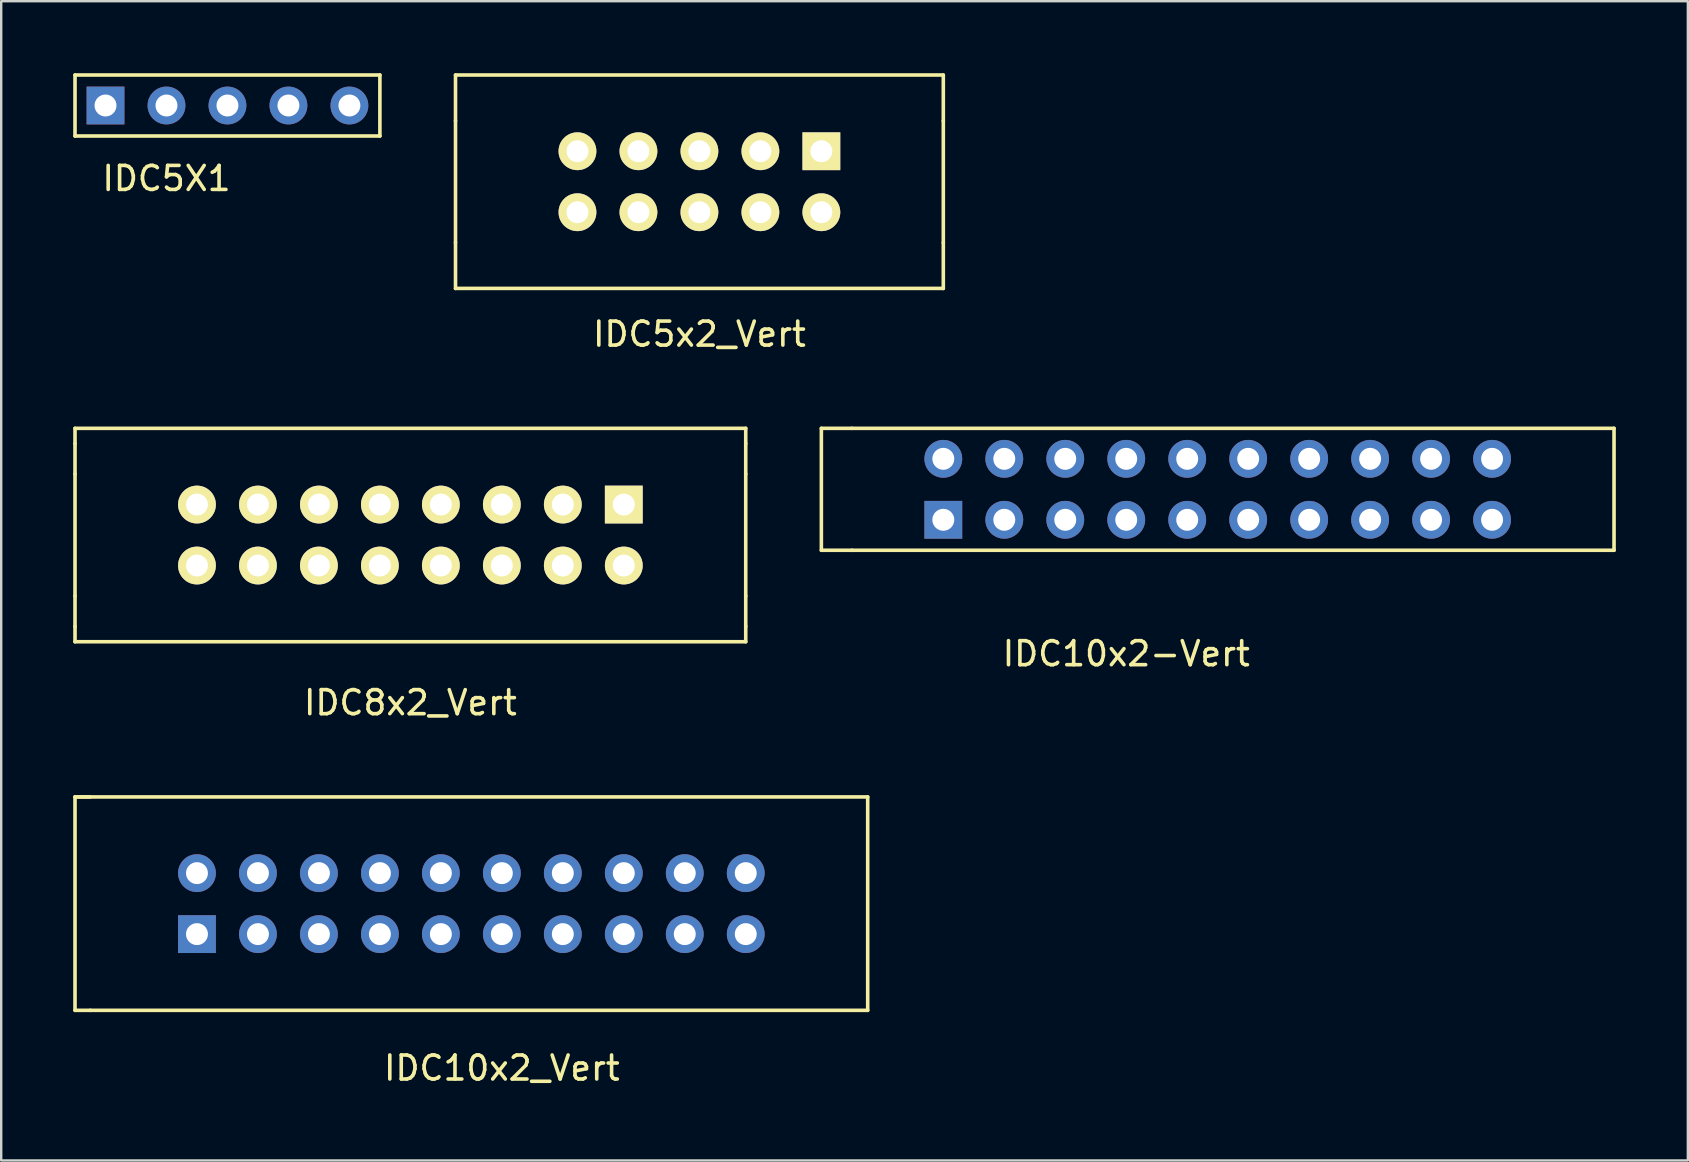
<source format=kicad_pcb>
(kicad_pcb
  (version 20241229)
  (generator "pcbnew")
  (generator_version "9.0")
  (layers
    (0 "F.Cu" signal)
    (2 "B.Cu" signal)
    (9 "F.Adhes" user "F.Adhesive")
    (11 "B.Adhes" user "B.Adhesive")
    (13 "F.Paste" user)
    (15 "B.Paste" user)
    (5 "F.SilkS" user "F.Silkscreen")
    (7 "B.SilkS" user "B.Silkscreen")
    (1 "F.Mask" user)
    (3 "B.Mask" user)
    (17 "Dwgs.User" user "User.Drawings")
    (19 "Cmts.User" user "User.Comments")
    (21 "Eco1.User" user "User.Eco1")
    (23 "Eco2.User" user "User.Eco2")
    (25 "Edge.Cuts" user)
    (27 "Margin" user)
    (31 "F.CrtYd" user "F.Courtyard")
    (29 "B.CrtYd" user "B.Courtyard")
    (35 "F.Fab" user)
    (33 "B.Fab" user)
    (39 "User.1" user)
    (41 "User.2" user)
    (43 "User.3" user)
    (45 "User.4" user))
  (footprint "IDC5x2_Vert"
    (layer "F.Cu")
    (at 26.085 4.52)
    (property "Reference" "IDC5x2_Vert" (at 0 6.35 0) (layer "F.SilkS") (effects (font (size 1 1) (thickness 0.15))))
    (attr through_hole)
    (fp_line (start -10.16 -4.445) (end 10.16 -4.445) (stroke (width 0.15) (type solid)) (layer "F.SilkS"))
    (fp_line (start -10.16 -2.54) (end -10.16 -4.445) (stroke (width 0.15) (type solid)) (layer "F.SilkS"))
    (fp_line (start -10.16 2.54) (end -10.16 -2.54) (stroke (width 0.15) (type solid)) (layer "F.SilkS"))
    (fp_line (start -10.16 2.54) (end -10.16 4.445) (stroke (width 0.15) (type solid)) (layer "F.SilkS"))
    (fp_line (start -10.16 4.445) (end 10.16 4.445) (stroke (width 0.15) (type solid)) (layer "F.SilkS"))
    (fp_line (start 10.16 -4.445) (end 10.16 -2.54) (stroke (width 0.15) (type solid)) (layer "F.SilkS"))
    (fp_line (start 10.16 -2.54) (end 10.16 2.54) (stroke (width 0.15) (type solid)) (layer "F.SilkS"))
    (fp_line (start 10.16 4.445) (end 10.16 2.54) (stroke (width 0.15) (type solid)) (layer "F.SilkS"))
    (pad "1" thru_hole rect (at 5.08 -1.27) (size 1.575 1.575) (drill 0.914) (layers "*.Cu" "*.Mask" "F.SilkS"))
    (pad "2" thru_hole circle (at 5.08 1.27) (size 1.575 1.575) (drill 0.914) (layers "*.Cu" "*.Mask" "F.SilkS"))
    (pad "3" thru_hole circle (at 2.54 -1.27) (size 1.575 1.575) (drill 0.914) (layers "*.Cu" "*.Mask" "F.SilkS"))
    (pad "4" thru_hole circle (at 2.54 1.27) (size 1.575 1.575) (drill 0.914) (layers "*.Cu" "*.Mask" "F.SilkS"))
    (pad "5" thru_hole circle (at 0 -1.27) (size 1.575 1.575) (drill 0.914) (layers "*.Cu" "*.Mask" "F.SilkS"))
    (pad "6" thru_hole circle (at 0 1.27) (size 1.575 1.575) (drill 0.914) (layers "*.Cu" "*.Mask" "F.SilkS"))
    (pad "7" thru_hole circle (at -2.54 -1.27) (size 1.575 1.575) (drill 0.914) (layers "*.Cu" "*.Mask" "F.SilkS"))
    (pad "8" thru_hole circle (at -2.54 1.27) (size 1.575 1.575) (drill 0.914) (layers "*.Cu" "*.Mask" "F.SilkS"))
    (pad "9" thru_hole circle (at -5.08 -1.27) (size 1.575 1.575) (drill 0.914) (layers "*.Cu" "*.Mask" "F.SilkS"))
    (pad "10" thru_hole circle (at -5.08 1.27) (size 1.575 1.575) (drill 0.914) (layers "*.Cu" "*.Mask" "F.SilkS")))
  (footprint "IDC10x2-Vert"
    (layer "F.Cu")
    (at 43.865 23.683)
    (property "Reference" "IDC10x2-Vert" (at 0 0.5 0) (layer "F.SilkS") (effects (font (size 1 1) (thickness 0.15))))
    (attr through_hole)
    (fp_line (start -12.7 -3.81) (end -12.7 -8.89) (stroke (width 0.15) (type solid)) (layer "F.SilkS"))
    (fp_line (start -11.43 -8.89) (end -12.7 -8.89) (stroke (width 0.15) (type solid)) (layer "F.SilkS"))
    (fp_line (start -11.43 -8.89) (end 20.32 -8.89) (stroke (width 0.15) (type solid)) (layer "F.SilkS"))
    (fp_line (start -11.43 -3.81) (end -12.7 -3.81) (stroke (width 0.15) (type solid)) (layer "F.SilkS"))
    (fp_line (start 20.32 -8.89) (end 20.32 -3.81) (stroke (width 0.15) (type solid)) (layer "F.SilkS"))
    (fp_line (start 20.32 -3.81) (end -11.43 -3.81) (stroke (width 0.15) (type solid)) (layer "F.SilkS"))
    (pad "1" thru_hole rect (at -7.62 -5.08) (size 1.575 1.575) (drill 0.914) (layers "*.Cu" "*.Mask"))
    (pad "2" thru_hole circle (at -7.62 -7.62) (size 1.575 1.575) (drill 0.914) (layers "*.Cu" "*.Mask"))
    (pad "3" thru_hole circle (at -5.08 -5.08) (size 1.575 1.575) (drill 0.914) (layers "*.Cu" "*.Mask"))
    (pad "4" thru_hole circle (at -5.08 -7.62) (size 1.575 1.575) (drill 0.914) (layers "*.Cu" "*.Mask"))
    (pad "5" thru_hole circle (at -2.54 -5.08) (size 1.575 1.575) (drill 0.914) (layers "*.Cu" "*.Mask"))
    (pad "6" thru_hole circle (at -2.54 -7.62) (size 1.575 1.575) (drill 0.914) (layers "*.Cu" "*.Mask"))
    (pad "7" thru_hole circle (at 0 -5.08) (size 1.575 1.575) (drill 0.914) (layers "*.Cu" "*.Mask"))
    (pad "8" thru_hole circle (at 0 -7.62) (size 1.575 1.575) (drill 0.914) (layers "*.Cu" "*.Mask"))
    (pad "9" thru_hole circle (at 2.54 -5.08) (size 1.575 1.575) (drill 0.914) (layers "*.Cu" "*.Mask"))
    (pad "10" thru_hole circle (at 2.54 -7.62) (size 1.575 1.575) (drill 0.914) (layers "*.Cu" "*.Mask"))
    (pad "11" thru_hole circle (at 5.08 -5.08) (size 1.575 1.575) (drill 0.914) (layers "*.Cu" "*.Mask"))
    (pad "12" thru_hole circle (at 5.08 -7.62) (size 1.575 1.575) (drill 0.914) (layers "*.Cu" "*.Mask"))
    (pad "13" thru_hole circle (at 7.62 -5.08) (size 1.575 1.575) (drill 0.914) (layers "*.Cu" "*.Mask"))
    (pad "14" thru_hole circle (at 7.62 -7.62) (size 1.575 1.575) (drill 0.914) (layers "*.Cu" "*.Mask"))
    (pad "15" thru_hole circle (at 10.16 -5.08) (size 1.575 1.575) (drill 0.914) (layers "*.Cu" "*.Mask"))
    (pad "16" thru_hole circle (at 10.16 -7.62) (size 1.575 1.575) (drill 0.914) (layers "*.Cu" "*.Mask"))
    (pad "17" thru_hole circle (at 12.7 -5.08) (size 1.575 1.575) (drill 0.914) (layers "*.Cu" "*.Mask"))
    (pad "18" thru_hole circle (at 12.7 -7.62) (size 1.575 1.575) (drill 0.914) (layers "*.Cu" "*.Mask"))
    (pad "19" thru_hole circle (at 15.24 -5.08) (size 1.575 1.575) (drill 0.914) (layers "*.Cu" "*.Mask"))
    (pad "20" thru_hole circle (at 15.24 -7.62) (size 1.575 1.575) (drill 0.914) (layers "*.Cu" "*.Mask")))
  (footprint "IDC10x2_Vert"
    (layer "F.Cu")
    (at 16.585 34.592)
    (property "Reference" "IDC10x2_Vert" (at 1.27 6.85 0) (layer "F.SilkS") (effects (font (size 1 1) (thickness 0.15))))
    (attr through_hole)
    (fp_line (start -16.51 -4.445) (end -15.875 -4.445) (stroke (width 0.15) (type solid)) (layer "F.SilkS"))
    (fp_line (start -16.51 -4.445) (end 16.51 -4.445) (stroke (width 0.15) (type solid)) (layer "F.SilkS"))
    (fp_line (start -16.51 4.445) (end -16.51 -4.445) (stroke (width 0.15) (type solid)) (layer "F.SilkS"))
    (fp_line (start -15.875 4.445) (end -16.51 4.445) (stroke (width 0.15) (type solid)) (layer "F.SilkS"))
    (fp_line (start 16.51 -4.445) (end 16.51 4.445) (stroke (width 0.15) (type solid)) (layer "F.SilkS"))
    (fp_line (start 16.51 4.445) (end -15.875 4.445) (stroke (width 0.15) (type solid)) (layer "F.SilkS"))
    (pad "1" thru_hole rect (at -11.43 1.27) (size 1.575 1.575) (drill 0.914) (layers "*.Cu" "*.Mask"))
    (pad "2" thru_hole circle (at -11.43 -1.27) (size 1.575 1.575) (drill 0.914) (layers "*.Cu" "*.Mask"))
    (pad "3" thru_hole circle (at -8.89 1.27) (size 1.575 1.575) (drill 0.914) (layers "*.Cu" "*.Mask"))
    (pad "4" thru_hole circle (at -8.89 -1.27) (size 1.575 1.575) (drill 0.914) (layers "*.Cu" "*.Mask"))
    (pad "5" thru_hole circle (at -6.35 1.27) (size 1.575 1.575) (drill 0.914) (layers "*.Cu" "*.Mask"))
    (pad "6" thru_hole circle (at -6.35 -1.27) (size 1.575 1.575) (drill 0.914) (layers "*.Cu" "*.Mask"))
    (pad "7" thru_hole circle (at -3.81 1.27) (size 1.575 1.575) (drill 0.914) (layers "*.Cu" "*.Mask"))
    (pad "8" thru_hole circle (at -3.81 -1.27) (size 1.575 1.575) (drill 0.914) (layers "*.Cu" "*.Mask"))
    (pad "9" thru_hole circle (at -1.27 1.27) (size 1.575 1.575) (drill 0.914) (layers "*.Cu" "*.Mask"))
    (pad "10" thru_hole circle (at -1.27 -1.27) (size 1.575 1.575) (drill 0.914) (layers "*.Cu" "*.Mask"))
    (pad "11" thru_hole circle (at 1.27 1.27) (size 1.575 1.575) (drill 0.914) (layers "*.Cu" "*.Mask"))
    (pad "12" thru_hole circle (at 1.27 -1.27) (size 1.575 1.575) (drill 0.914) (layers "*.Cu" "*.Mask"))
    (pad "13" thru_hole circle (at 3.81 1.27) (size 1.575 1.575) (drill 0.914) (layers "*.Cu" "*.Mask"))
    (pad "14" thru_hole circle (at 3.81 -1.27) (size 1.575 1.575) (drill 0.914) (layers "*.Cu" "*.Mask"))
    (pad "15" thru_hole circle (at 6.35 1.27) (size 1.575 1.575) (drill 0.914) (layers "*.Cu" "*.Mask"))
    (pad "16" thru_hole circle (at 6.35 -1.27) (size 1.575 1.575) (drill 0.914) (layers "*.Cu" "*.Mask"))
    (pad "17" thru_hole circle (at 8.89 1.27) (size 1.575 1.575) (drill 0.914) (layers "*.Cu" "*.Mask"))
    (pad "18" thru_hole circle (at 8.89 -1.27) (size 1.575 1.575) (drill 0.914) (layers "*.Cu" "*.Mask"))
    (pad "19" thru_hole circle (at 11.43 1.27) (size 1.575 1.575) (drill 0.914) (layers "*.Cu" "*.Mask"))
    (pad "20" thru_hole circle (at 11.43 -1.27) (size 1.575 1.575) (drill 0.914) (layers "*.Cu" "*.Mask")))
  (footprint "IDC8x2_Vert"
    (layer "F.Cu")
    (at 14.045 19.238)
    (property "Reference" "IDC8x2_Vert" (at 0 6.985 0) (layer "F.SilkS") (effects (font (size 1 1) (thickness 0.15))))
    (attr through_hole)
    (fp_line (start -13.97 -4.445) (end -13.97 -3.81) (stroke (width 0.15) (type solid)) (layer "F.SilkS"))
    (fp_line (start -13.97 -2.54) (end -13.97 -3.81) (stroke (width 0.15) (type solid)) (layer "F.SilkS"))
    (fp_line (start -13.97 2.54) (end -13.97 -2.54) (stroke (width 0.15) (type solid)) (layer "F.SilkS"))
    (fp_line (start -13.97 3.81) (end -13.97 2.54) (stroke (width 0.15) (type solid)) (layer "F.SilkS"))
    (fp_line (start -13.97 3.81) (end -13.97 4.445) (stroke (width 0.15) (type solid)) (layer "F.SilkS"))
    (fp_line (start -13.97 4.445) (end 13.97 4.445) (stroke (width 0.15) (type solid)) (layer "F.SilkS"))
    (fp_line (start 13.97 -4.445) (end -13.97 -4.445) (stroke (width 0.15) (type solid)) (layer "F.SilkS"))
    (fp_line (start 13.97 -3.81) (end 13.97 -4.445) (stroke (width 0.15) (type solid)) (layer "F.SilkS"))
    (fp_line (start 13.97 -3.81) (end 13.97 -2.54) (stroke (width 0.15) (type solid)) (layer "F.SilkS"))
    (fp_line (start 13.97 -2.54) (end 13.97 2.54) (stroke (width 0.15) (type solid)) (layer "F.SilkS"))
    (fp_line (start 13.97 2.54) (end 13.97 3.81) (stroke (width 0.15) (type solid)) (layer "F.SilkS"))
    (fp_line (start 13.97 4.445) (end 13.97 3.81) (stroke (width 0.15) (type solid)) (layer "F.SilkS"))
    (pad "1" thru_hole rect (at 8.89 -1.27) (size 1.575 1.575) (drill 0.914) (layers "*.Cu" "*.Mask" "F.SilkS"))
    (pad "2" thru_hole circle (at 8.89 1.27) (size 1.575 1.575) (drill 0.914) (layers "*.Cu" "*.Mask" "F.SilkS"))
    (pad "3" thru_hole circle (at 6.35 -1.27) (size 1.575 1.575) (drill 0.914) (layers "*.Cu" "*.Mask" "F.SilkS"))
    (pad "4" thru_hole circle (at 6.35 1.27) (size 1.575 1.575) (drill 0.914) (layers "*.Cu" "*.Mask" "F.SilkS"))
    (pad "5" thru_hole circle (at 3.81 -1.27) (size 1.575 1.575) (drill 0.914) (layers "*.Cu" "*.Mask" "F.SilkS"))
    (pad "6" thru_hole circle (at 3.81 1.27) (size 1.575 1.575) (drill 0.914) (layers "*.Cu" "*.Mask" "F.SilkS"))
    (pad "7" thru_hole circle (at 1.27 -1.27) (size 1.575 1.575) (drill 0.914) (layers "*.Cu" "*.Mask" "F.SilkS"))
    (pad "8" thru_hole circle (at 1.27 1.27) (size 1.575 1.575) (drill 0.914) (layers "*.Cu" "*.Mask" "F.SilkS"))
    (pad "9" thru_hole circle (at -1.27 -1.27) (size 1.575 1.575) (drill 0.914) (layers "*.Cu" "*.Mask" "F.SilkS"))
    (pad "10" thru_hole circle (at -1.27 1.27) (size 1.575 1.575) (drill 0.914) (layers "*.Cu" "*.Mask" "F.SilkS"))
    (pad "11" thru_hole circle (at -3.81 -1.27) (size 1.575 1.575) (drill 0.914) (layers "*.Cu" "*.Mask" "F.SilkS"))
    (pad "12" thru_hole circle (at -3.81 1.27) (size 1.575 1.575) (drill 0.914) (layers "*.Cu" "*.Mask" "F.SilkS"))
    (pad "13" thru_hole circle (at -6.35 -1.27) (size 1.575 1.575) (drill 0.914) (layers "*.Cu" "*.Mask" "F.SilkS"))
    (pad "14" thru_hole circle (at -6.35 1.27) (size 1.575 1.575) (drill 0.914) (layers "*.Cu" "*.Mask" "F.SilkS"))
    (pad "15" thru_hole circle (at -8.89 -1.27) (size 1.575 1.575) (drill 0.914) (layers "*.Cu" "*.Mask" "F.SilkS"))
    (pad "16" thru_hole circle (at -8.89 1.27) (size 1.575 1.575) (drill 0.914) (layers "*.Cu" "*.Mask" "F.SilkS")))
  (footprint "IDC5X1"
    (layer "F.Cu")
    (at 3.885 3.885)
    (property "Reference" "IDC5X1" (at 0 0.5 0) (layer "F.SilkS") (effects (font (size 1 1) (thickness 0.15))))
    (attr through_hole)
    (fp_line (start -3.81 -3.81) (end -3.81 -1.27) (stroke (width 0.15) (type solid)) (layer "F.SilkS"))
    (fp_line (start -3.81 -1.27) (end 8.89 -1.27) (stroke (width 0.15) (type solid)) (layer "F.SilkS"))
    (fp_line (start 8.89 -3.81) (end -3.81 -3.81) (stroke (width 0.15) (type solid)) (layer "F.SilkS"))
    (fp_line (start 8.89 -1.27) (end 8.89 -3.81) (stroke (width 0.15) (type solid)) (layer "F.SilkS"))
    (pad "1" thru_hole rect (at -2.54 -2.54) (size 1.575 1.575) (drill 0.914) (layers "*.Cu" "*.Mask"))
    (pad "2" thru_hole circle (at 0 -2.54) (size 1.575 1.575) (drill 0.914) (layers "*.Cu" "*.Mask"))
    (pad "3" thru_hole circle (at 2.54 -2.54) (size 1.575 1.575) (drill 0.914) (layers "*.Cu" "*.Mask"))
    (pad "4" thru_hole circle (at 5.08 -2.54) (size 1.575 1.575) (drill 0.914) (layers "*.Cu" "*.Mask"))
    (pad "5" thru_hole circle (at 7.62 -2.54) (size 1.575 1.575) (drill 0.914) (layers "*.Cu" "*.Mask")))
  (gr_rect
    (start -3 -3)
    (end 67.26 45.29)
    (stroke (width 0.1) (type default))
    (fill no)
    (layer "Edge.Cuts")))
</source>
